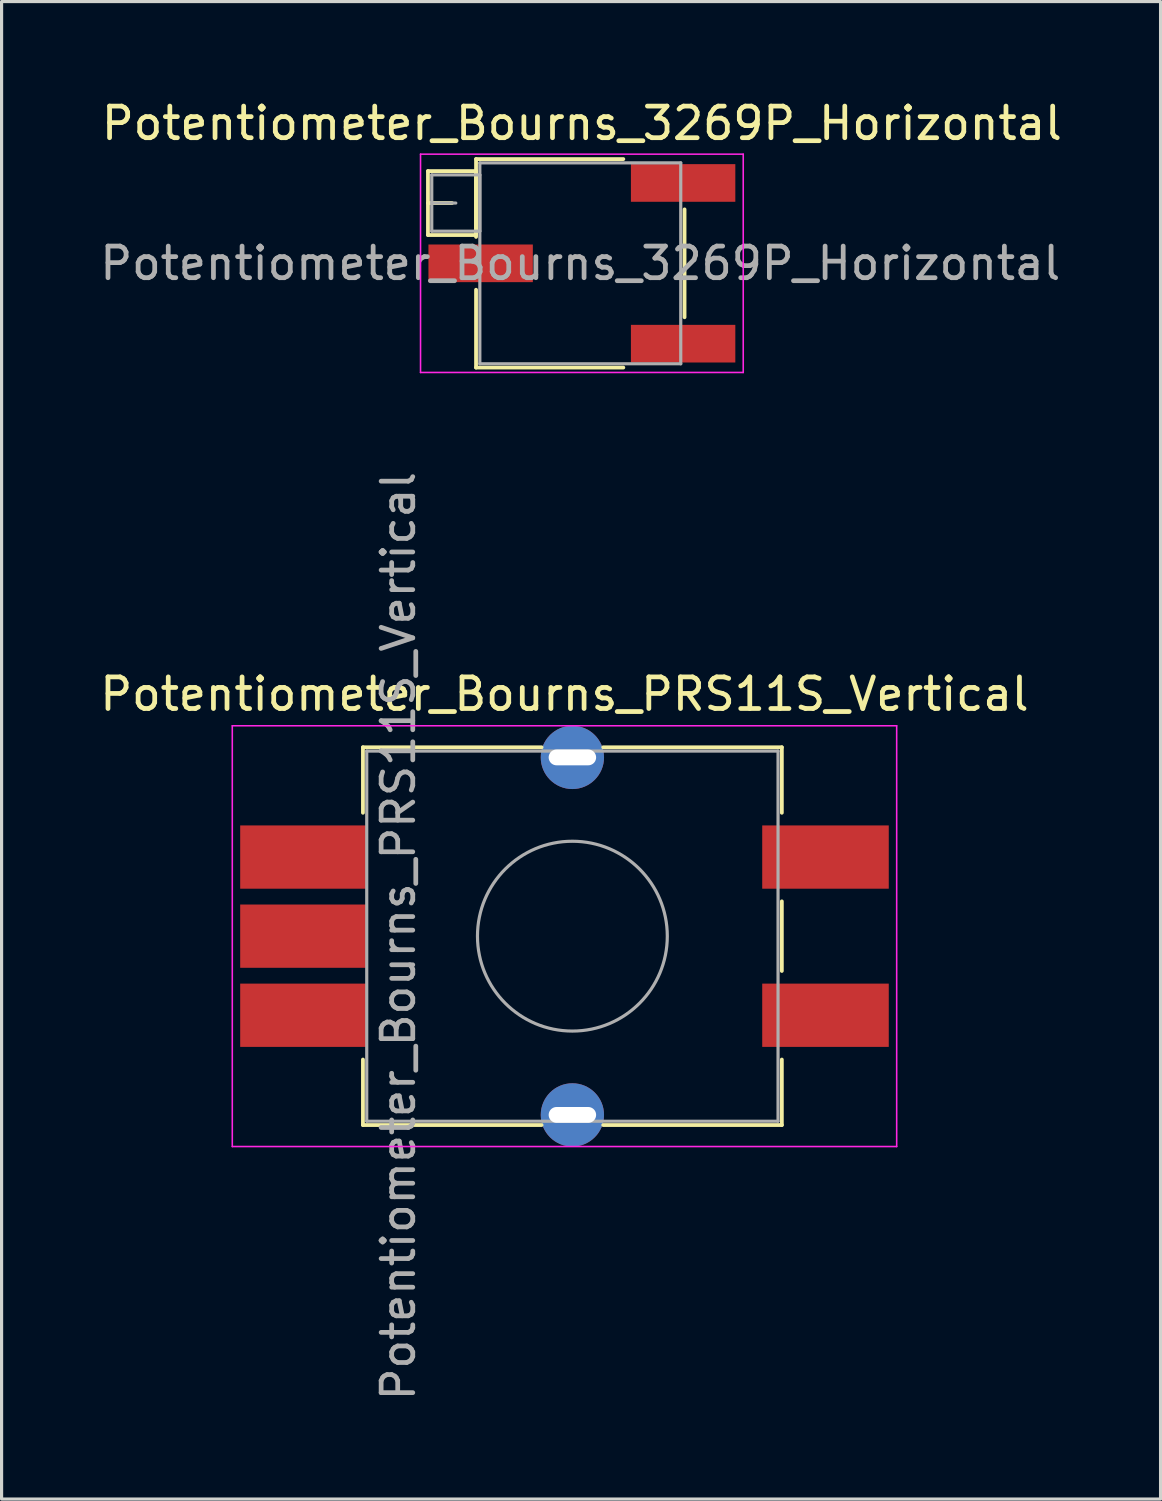
<source format=kicad_pcb>
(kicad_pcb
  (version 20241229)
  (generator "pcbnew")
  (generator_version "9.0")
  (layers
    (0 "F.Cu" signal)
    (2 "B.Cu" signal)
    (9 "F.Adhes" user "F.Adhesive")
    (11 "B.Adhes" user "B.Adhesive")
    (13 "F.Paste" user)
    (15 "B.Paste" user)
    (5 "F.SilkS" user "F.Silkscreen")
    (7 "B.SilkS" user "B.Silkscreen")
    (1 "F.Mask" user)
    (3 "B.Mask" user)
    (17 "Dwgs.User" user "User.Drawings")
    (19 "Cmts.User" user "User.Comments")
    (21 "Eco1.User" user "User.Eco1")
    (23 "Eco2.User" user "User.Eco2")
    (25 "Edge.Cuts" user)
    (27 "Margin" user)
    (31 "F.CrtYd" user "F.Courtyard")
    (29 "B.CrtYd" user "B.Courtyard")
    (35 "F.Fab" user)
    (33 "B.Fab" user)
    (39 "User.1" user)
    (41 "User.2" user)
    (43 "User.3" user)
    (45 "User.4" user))
  (footprint "Potentiometer_Bourns_3269P_Horizontal"
    (layer "F.Cu")
    (at 15.342 5.273)
    (property "Reference" "Potentiometer_Bourns_3269P_Horizontal" (at 0 -4.425 0) (layer "F.SilkS") (effects (font (size 1 1) (thickness 0.15))))
    (attr smd)
    (fp_line (start -4.865 -2.915) (end -4.865 -0.895) (stroke (width 0.12) (type solid)) (layer "F.SilkS"))
    (fp_line (start -4.865 -2.915) (end -3.346 -2.915) (stroke (width 0.12) (type solid)) (layer "F.SilkS"))
    (fp_line (start -4.865 -1.905) (end -4.106 -1.905) (stroke (width 0.12) (type solid)) (layer "F.SilkS"))
    (fp_line (start -4.865 -0.895) (end -3.346 -0.895) (stroke (width 0.12) (type solid)) (layer "F.SilkS"))
    (fp_line (start -3.346 -2.915) (end -3.346 -0.895) (stroke (width 0.12) (type solid)) (layer "F.SilkS"))
    (fp_line (start -3.345 -3.295) (end -3.345 -0.835) (stroke (width 0.12) (type solid)) (layer "F.SilkS"))
    (fp_line (start -3.345 -3.295) (end 1.31 -3.295) (stroke (width 0.12) (type solid)) (layer "F.SilkS"))
    (fp_line (start -3.345 0.835) (end -3.345 3.295) (stroke (width 0.12) (type solid)) (layer "F.SilkS"))
    (fp_line (start -3.345 3.295) (end 1.31 3.295) (stroke (width 0.12) (type solid)) (layer "F.SilkS"))
    (fp_line (start 3.245 -1.705) (end 3.245 1.705) (stroke (width 0.12) (type solid)) (layer "F.SilkS"))
    (fp_line (start -5.1 -3.45) (end -5.1 3.45) (stroke (width 0.05) (type solid)) (layer "F.CrtYd"))
    (fp_line (start -5.1 3.45) (end 5.1 3.45) (stroke (width 0.05) (type solid)) (layer "F.CrtYd"))
    (fp_line (start 5.1 -3.45) (end -5.1 -3.45) (stroke (width 0.05) (type solid)) (layer "F.CrtYd"))
    (fp_line (start 5.1 3.45) (end 5.1 -3.45) (stroke (width 0.05) (type solid)) (layer "F.CrtYd"))
    (fp_line (start -4.745 -2.795) (end -4.745 -1.015) (stroke (width 0.1) (type solid)) (layer "F.Fab"))
    (fp_line (start -4.745 -1.905) (end -3.985 -1.905) (stroke (width 0.1) (type solid)) (layer "F.Fab"))
    (fp_line (start -4.745 -1.015) (end -3.225 -1.015) (stroke (width 0.1) (type solid)) (layer "F.Fab"))
    (fp_line (start -3.225 -3.175) (end -3.225 3.175) (stroke (width 0.1) (type solid)) (layer "F.Fab"))
    (fp_line (start -3.225 -2.795) (end -4.745 -2.795) (stroke (width 0.1) (type solid)) (layer "F.Fab"))
    (fp_line (start -3.225 -1.015) (end -3.225 -2.795) (stroke (width 0.1) (type solid)) (layer "F.Fab"))
    (fp_line (start -3.225 3.175) (end 3.125 3.175) (stroke (width 0.1) (type solid)) (layer "F.Fab"))
    (fp_line (start 3.125 -3.175) (end -3.225 -3.175) (stroke (width 0.1) (type solid)) (layer "F.Fab"))
    (fp_line (start 3.125 3.175) (end 3.125 -3.175) (stroke (width 0.1) (type solid)) (layer "F.Fab"))
    (fp_text user "${REFERENCE}" (at -0.05 0 0) (layer "F.Fab") (effects (font (size 1 1) (thickness 0.15))))
    (pad "1" smd rect (at 3.2 -2.54) (size 3.3 1.19) (layers "F.Cu" "F.Mask" "F.Paste"))
    (pad "2" smd rect (at -3.2 0) (size 3.3 1.19) (layers "F.Cu" "F.Mask" "F.Paste"))
    (pad "3" smd rect (at 3.2 2.54) (size 3.3 1.19) (layers "F.Cu" "F.Mask" "F.Paste")))
  (footprint "Potentiometer_Bourns_PRS11S_Vertical"
    (layer "F.Cu")
    (at 14.792 26.54)
    (property "Reference" "Potentiometer_Bourns_PRS11S_Vertical" (at 0 -7.65 0) (layer "F.SilkS") (effects (font (size 1 1) (thickness 0.15))))
    (attr smd)
    (fp_line (start -6.37 -5.97) (end -6.37 -3.9) (stroke (width 0.12) (type solid)) (layer "F.SilkS"))
    (fp_line (start -6.37 -5.97) (end -0.723 -5.97) (stroke (width 0.12) (type solid)) (layer "F.SilkS"))
    (fp_line (start -6.37 3.9) (end -6.37 5.97) (stroke (width 0.12) (type solid)) (layer "F.SilkS"))
    (fp_line (start -6.37 5.97) (end -0.723 5.97) (stroke (width 0.12) (type solid)) (layer "F.SilkS"))
    (fp_line (start 1.224 -5.97) (end 6.87 -5.97) (stroke (width 0.12) (type solid)) (layer "F.SilkS"))
    (fp_line (start 1.224 5.97) (end 6.87 5.97) (stroke (width 0.12) (type solid)) (layer "F.SilkS"))
    (fp_line (start 6.87 -5.97) (end 6.87 -3.9) (stroke (width 0.12) (type solid)) (layer "F.SilkS"))
    (fp_line (start 6.87 -1.1) (end 6.87 1.1) (stroke (width 0.12) (type solid)) (layer "F.SilkS"))
    (fp_line (start 6.87 3.9) (end 6.87 5.97) (stroke (width 0.12) (type solid)) (layer "F.SilkS"))
    (fp_line (start -10.5 -6.65) (end -10.5 6.65) (stroke (width 0.05) (type solid)) (layer "F.CrtYd"))
    (fp_line (start -10.5 6.65) (end 10.5 6.65) (stroke (width 0.05) (type solid)) (layer "F.CrtYd"))
    (fp_line (start 10.5 -6.65) (end -10.5 -6.65) (stroke (width 0.05) (type solid)) (layer "F.CrtYd"))
    (fp_line (start 10.5 6.65) (end 10.5 -6.65) (stroke (width 0.05) (type solid)) (layer "F.CrtYd"))
    (fp_line (start -6.25 -5.85) (end -6.25 5.85) (stroke (width 0.1) (type solid)) (layer "F.Fab"))
    (fp_line (start -6.25 5.85) (end 6.75 5.85) (stroke (width 0.1) (type solid)) (layer "F.Fab"))
    (fp_line (start 6.75 -5.85) (end -6.25 -5.85) (stroke (width 0.1) (type solid)) (layer "F.Fab"))
    (fp_line (start 6.75 5.85) (end 6.75 -5.85) (stroke (width 0.1) (type solid)) (layer "F.Fab"))
    (fp_circle (center 0.25 0) (end 3.25 0) (stroke (width 0.1) (type solid)) (fill no) (layer "F.Fab"))
    (fp_text user "${REFERENCE}" (at -5.25 0 90) (layer "F.Fab") (effects (font (size 1 1) (thickness 0.15))))
    (pad "" thru_hole circle (at 0.25 -5.65) (size 2 2) (drill oval 1.5 0.5) (layers "*.Cu" "*.Mask"))
    (pad "" thru_hole circle (at 0.25 5.65) (size 2 2) (drill oval 1.5 0.5) (layers "*.Cu" "*.Mask"))
    (pad "1" smd rect (at -8.25 -2.5) (size 4 2) (layers "F.Cu" "F.Mask" "F.Paste"))
    (pad "2" smd rect (at -8.25 0) (size 4 2) (layers "F.Cu" "F.Mask" "F.Paste"))
    (pad "3" smd rect (at -8.25 2.5) (size 4 2) (layers "F.Cu" "F.Mask" "F.Paste"))
    (pad "4" smd rect (at 8.25 -2.5) (size 4 2) (layers "F.Cu" "F.Mask" "F.Paste"))
    (pad "5" smd rect (at 8.25 2.5) (size 4 2) (layers "F.Cu" "F.Mask" "F.Paste")))
  (gr_rect
    (start -3 -3)
    (end 33.633 44.332)
    (stroke (width 0.1) (type default))
    (fill no)
    (layer "Edge.Cuts")))
</source>
